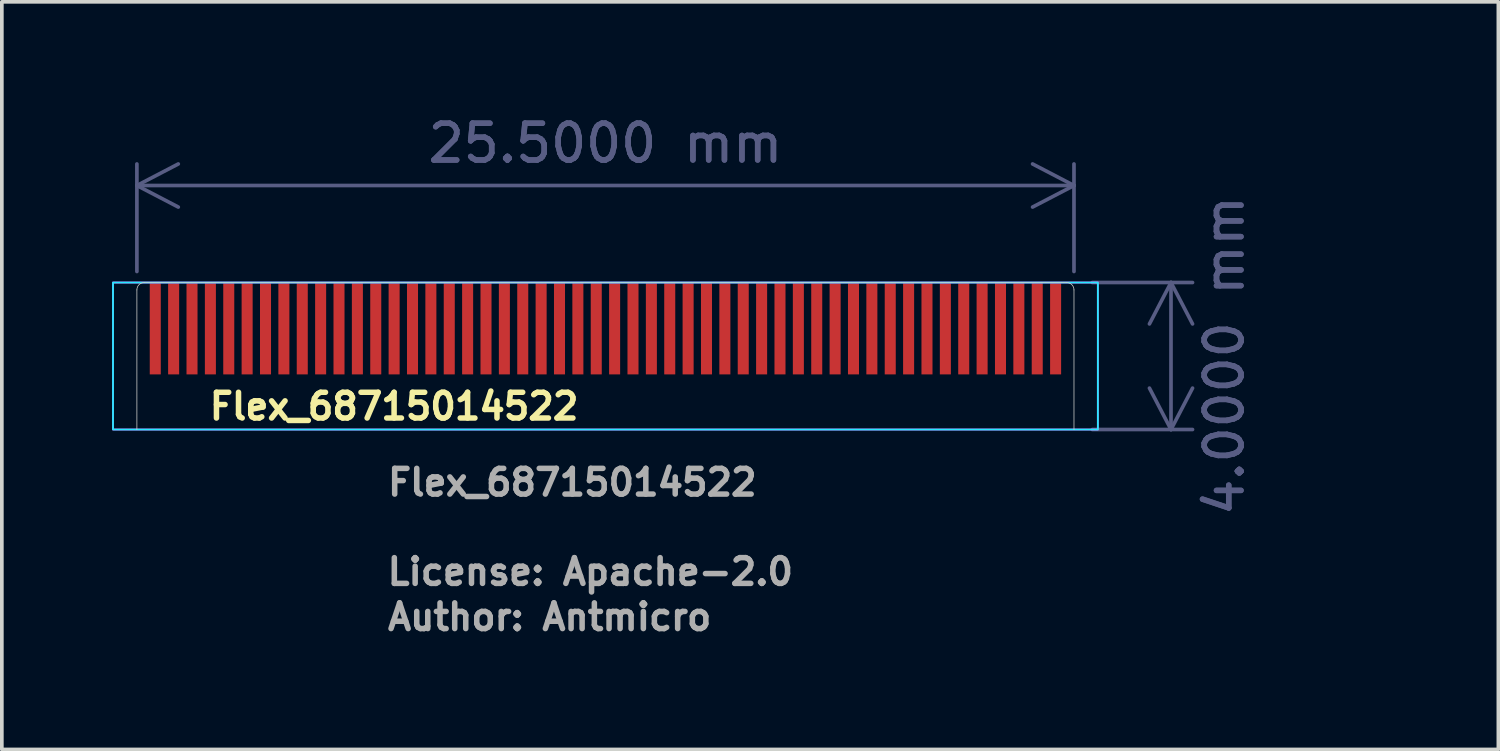
<source format=kicad_pcb>
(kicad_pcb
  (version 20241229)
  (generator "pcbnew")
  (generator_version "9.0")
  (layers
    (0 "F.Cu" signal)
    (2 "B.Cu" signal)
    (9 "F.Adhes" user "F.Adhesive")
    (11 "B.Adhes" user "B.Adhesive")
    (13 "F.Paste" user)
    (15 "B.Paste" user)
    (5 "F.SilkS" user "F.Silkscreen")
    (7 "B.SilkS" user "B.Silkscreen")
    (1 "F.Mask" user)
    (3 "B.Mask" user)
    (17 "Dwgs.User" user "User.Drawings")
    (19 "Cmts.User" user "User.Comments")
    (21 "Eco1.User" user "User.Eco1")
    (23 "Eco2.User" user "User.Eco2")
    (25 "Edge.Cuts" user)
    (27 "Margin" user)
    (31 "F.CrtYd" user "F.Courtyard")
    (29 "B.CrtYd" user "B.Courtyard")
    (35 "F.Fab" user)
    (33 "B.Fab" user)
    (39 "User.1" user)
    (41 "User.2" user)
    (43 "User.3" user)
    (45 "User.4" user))
  (footprint "Flex_68715014522"
    (layer "F.Cu")
    (at 13.425 6.638)
    (property "Reference" "Flex_68715014522" (at -10.85 1.78 0) (layer "F.SilkS") (effects (font (size 0.7 0.7) (thickness 0.15)) (justify left bottom)))
    (attr smd exclude_from_pos_files exclude_from_bom)
    (fp_line (start -12.75 -1.8) (end -12.75 2) (stroke (width 0.02) (type solid)) (layer "Edge.Cuts"))
    (fp_line (start 12.55 -2) (end -12.55 -2) (stroke (width 0.02) (type solid)) (layer "Edge.Cuts"))
    (fp_line (start 12.75 -1.8) (end 12.75 2) (stroke (width 0.02) (type solid)) (layer "Edge.Cuts"))
    (fp_arc (start -12.75 -1.8) (mid -12.691421 -1.941421) (end -12.55 -2) (stroke (width 0.02) (type solid)) (layer "Edge.Cuts"))
    (fp_arc (start 12.55 -2) (mid 12.691421 -1.941421) (end 12.75 -1.8) (stroke (width 0.02) (type solid)) (layer "Edge.Cuts"))
    (fp_rect (start -13.4 -2) (end 13.4 2) (stroke (width 0.05) (type solid)) (fill no) (layer "B.CrtYd"))
    (fp_rect (start 13.4 -2) (end -13.4 2) (stroke (width 0.05) (type solid)) (fill no) (layer "F.CrtYd"))
    (fp_text user "License: Apache-2.0" (at -6.01 6.28 0) (layer "F.Fab") (effects (font (size 0.7 0.7) (thickness 0.15)) (justify left bottom)))
    (fp_text user "Author: Antmicro" (at -6 7.51 0) (layer "F.Fab") (effects (font (size 0.7 0.7) (thickness 0.15)) (justify left bottom)))
    (fp_text user "${REFERENCE}" (at -6 3.85 0) (layer "F.Fab") (effects (font (size 0.7 0.7) (thickness 0.15)) (justify left bottom)))
    (dimension (type aligned) (layer "B.Fab") (pts (xy 26.175 4.838) (xy 0.675 4.838)) (height 2.84) (format (prefix "") (suffix "") (units 3) (units_format 1) (precision 4)) (style (thickness 0.1) (arrow_length 1.27) (text_position_mode 0) (arrow_direction outward) (extension_height 0.586) (extension_offset 0.5) (keep_text_aligned yes)) (gr_text "25.5000 mm" (at 13.425 0.848 0) (layer "B.Fab") (effects (font (size 1 1) (thickness 0.15)))))
    (dimension (type aligned) (layer "B.Fab") (pts (xy 26.175 8.638) (xy 26.175 4.638)) (height 2.64) (format (prefix "") (suffix "") (units 3) (units_format 1) (precision 4)) (style (thickness 0.1) (arrow_length 1.27) (text_position_mode 2) (arrow_direction outward) (extension_height 0.586) (extension_offset 0.5) (keep_text_aligned yes)) (gr_text "4.0000 mm" (at 30.265 6.628 90) (layer "B.Fab") (effects (font (size 1 1) (thickness 0.15)))))
    (pad "1" smd rect (at 12.25 -0.75 180) (size 0.3 2.5) (layers "F.Cu" "F.Mask"))
    (pad "2" smd rect (at 11.75 -0.75 180) (size 0.3 2.5) (layers "F.Cu" "F.Mask"))
    (pad "3" smd rect (at 11.25 -0.75 180) (size 0.3 2.5) (layers "F.Cu" "F.Mask"))
    (pad "4" smd rect (at 10.75 -0.75 180) (size 0.3 2.5) (layers "F.Cu" "F.Mask"))
    (pad "5" smd rect (at 10.25 -0.75 180) (size 0.3 2.5) (layers "F.Cu" "F.Mask"))
    (pad "6" smd rect (at 9.75 -0.75 180) (size 0.3 2.5) (layers "F.Cu" "F.Mask"))
    (pad "7" smd rect (at 9.25 -0.75 180) (size 0.3 2.5) (layers "F.Cu" "F.Mask"))
    (pad "8" smd rect (at 8.75 -0.75 180) (size 0.3 2.5) (layers "F.Cu" "F.Mask"))
    (pad "9" smd rect (at 8.25 -0.75 180) (size 0.3 2.5) (layers "F.Cu" "F.Mask"))
    (pad "10" smd rect (at 7.75 -0.75 180) (size 0.3 2.5) (layers "F.Cu" "F.Mask"))
    (pad "11" smd rect (at 7.25 -0.75 180) (size 0.3 2.5) (layers "F.Cu" "F.Mask"))
    (pad "12" smd rect (at 6.75 -0.75 180) (size 0.3 2.5) (layers "F.Cu" "F.Mask"))
    (pad "13" smd rect (at 6.25 -0.75 180) (size 0.3 2.5) (layers "F.Cu" "F.Mask"))
    (pad "14" smd rect (at 5.75 -0.75 180) (size 0.3 2.5) (layers "F.Cu" "F.Mask"))
    (pad "15" smd rect (at 5.25 -0.75 180) (size 0.3 2.5) (layers "F.Cu" "F.Mask"))
    (pad "16" smd rect (at 4.75 -0.75 180) (size 0.3 2.5) (layers "F.Cu" "F.Mask"))
    (pad "17" smd rect (at 4.25 -0.75 180) (size 0.3 2.5) (layers "F.Cu" "F.Mask"))
    (pad "18" smd rect (at 3.75 -0.75 180) (size 0.3 2.5) (layers "F.Cu" "F.Mask"))
    (pad "19" smd rect (at 3.25 -0.75 180) (size 0.3 2.5) (layers "F.Cu" "F.Mask"))
    (pad "20" smd rect (at 2.75 -0.75 180) (size 0.3 2.5) (layers "F.Cu" "F.Mask"))
    (pad "21" smd rect (at 2.25 -0.75 180) (size 0.3 2.5) (layers "F.Cu" "F.Mask"))
    (pad "22" smd rect (at 1.75 -0.75 180) (size 0.3 2.5) (layers "F.Cu" "F.Mask"))
    (pad "23" smd rect (at 1.25 -0.75 180) (size 0.3 2.5) (layers "F.Cu" "F.Mask"))
    (pad "24" smd rect (at 0.75 -0.75 180) (size 0.3 2.5) (layers "F.Cu" "F.Mask"))
    (pad "25" smd rect (at 0.25 -0.75 180) (size 0.3 2.5) (layers "F.Cu" "F.Mask"))
    (pad "26" smd rect (at -0.25 -0.75 180) (size 0.3 2.5) (layers "F.Cu" "F.Mask"))
    (pad "27" smd rect (at -0.75 -0.75 180) (size 0.3 2.5) (layers "F.Cu" "F.Mask"))
    (pad "28" smd rect (at -1.25 -0.75 180) (size 0.3 2.5) (layers "F.Cu" "F.Mask"))
    (pad "29" smd rect (at -1.75 -0.75 180) (size 0.3 2.5) (layers "F.Cu" "F.Mask"))
    (pad "30" smd rect (at -2.25 -0.75 180) (size 0.3 2.5) (layers "F.Cu" "F.Mask"))
    (pad "31" smd rect (at -2.75 -0.75 180) (size 0.3 2.5) (layers "F.Cu" "F.Mask"))
    (pad "32" smd rect (at -3.25 -0.75 180) (size 0.3 2.5) (layers "F.Cu" "F.Mask"))
    (pad "33" smd rect (at -3.75 -0.75 180) (size 0.3 2.5) (layers "F.Cu" "F.Mask"))
    (pad "34" smd rect (at -4.25 -0.75 180) (size 0.3 2.5) (layers "F.Cu" "F.Mask"))
    (pad "35" smd rect (at -4.75 -0.75 180) (size 0.3 2.5) (layers "F.Cu" "F.Mask"))
    (pad "36" smd rect (at -5.25 -0.75 180) (size 0.3 2.5) (layers "F.Cu" "F.Mask"))
    (pad "37" smd rect (at -5.75 -0.75 180) (size 0.3 2.5) (layers "F.Cu" "F.Mask"))
    (pad "38" smd rect (at -6.25 -0.75 180) (size 0.3 2.5) (layers "F.Cu" "F.Mask"))
    (pad "39" smd rect (at -6.75 -0.75 180) (size 0.3 2.5) (layers "F.Cu" "F.Mask"))
    (pad "40" smd rect (at -7.25 -0.75 180) (size 0.3 2.5) (layers "F.Cu" "F.Mask"))
    (pad "41" smd rect (at -7.75 -0.75 180) (size 0.3 2.5) (layers "F.Cu" "F.Mask"))
    (pad "42" smd rect (at -8.25 -0.75 180) (size 0.3 2.5) (layers "F.Cu" "F.Mask"))
    (pad "43" smd rect (at -8.75 -0.75 180) (size 0.3 2.5) (layers "F.Cu" "F.Mask"))
    (pad "44" smd rect (at -9.25 -0.75 180) (size 0.3 2.5) (layers "F.Cu" "F.Mask"))
    (pad "45" smd rect (at -9.75 -0.75 180) (size 0.3 2.5) (layers "F.Cu" "F.Mask"))
    (pad "46" smd rect (at -10.25 -0.75 180) (size 0.3 2.5) (layers "F.Cu" "F.Mask"))
    (pad "47" smd rect (at -10.75 -0.75 180) (size 0.3 2.5) (layers "F.Cu" "F.Mask"))
    (pad "48" smd rect (at -11.25 -0.75 180) (size 0.3 2.5) (layers "F.Cu" "F.Mask"))
    (pad "49" smd rect (at -11.75 -0.75 180) (size 0.3 2.5) (layers "F.Cu" "F.Mask"))
    (pad "50" smd rect (at -12.25 -0.75 180) (size 0.3 2.5) (layers "F.Cu" "F.Mask")))
  (gr_rect
    (start -3 -3)
    (end 37.723 17.344)
    (stroke (width 0.1) (type default))
    (fill no)
    (layer "Edge.Cuts")))
</source>
